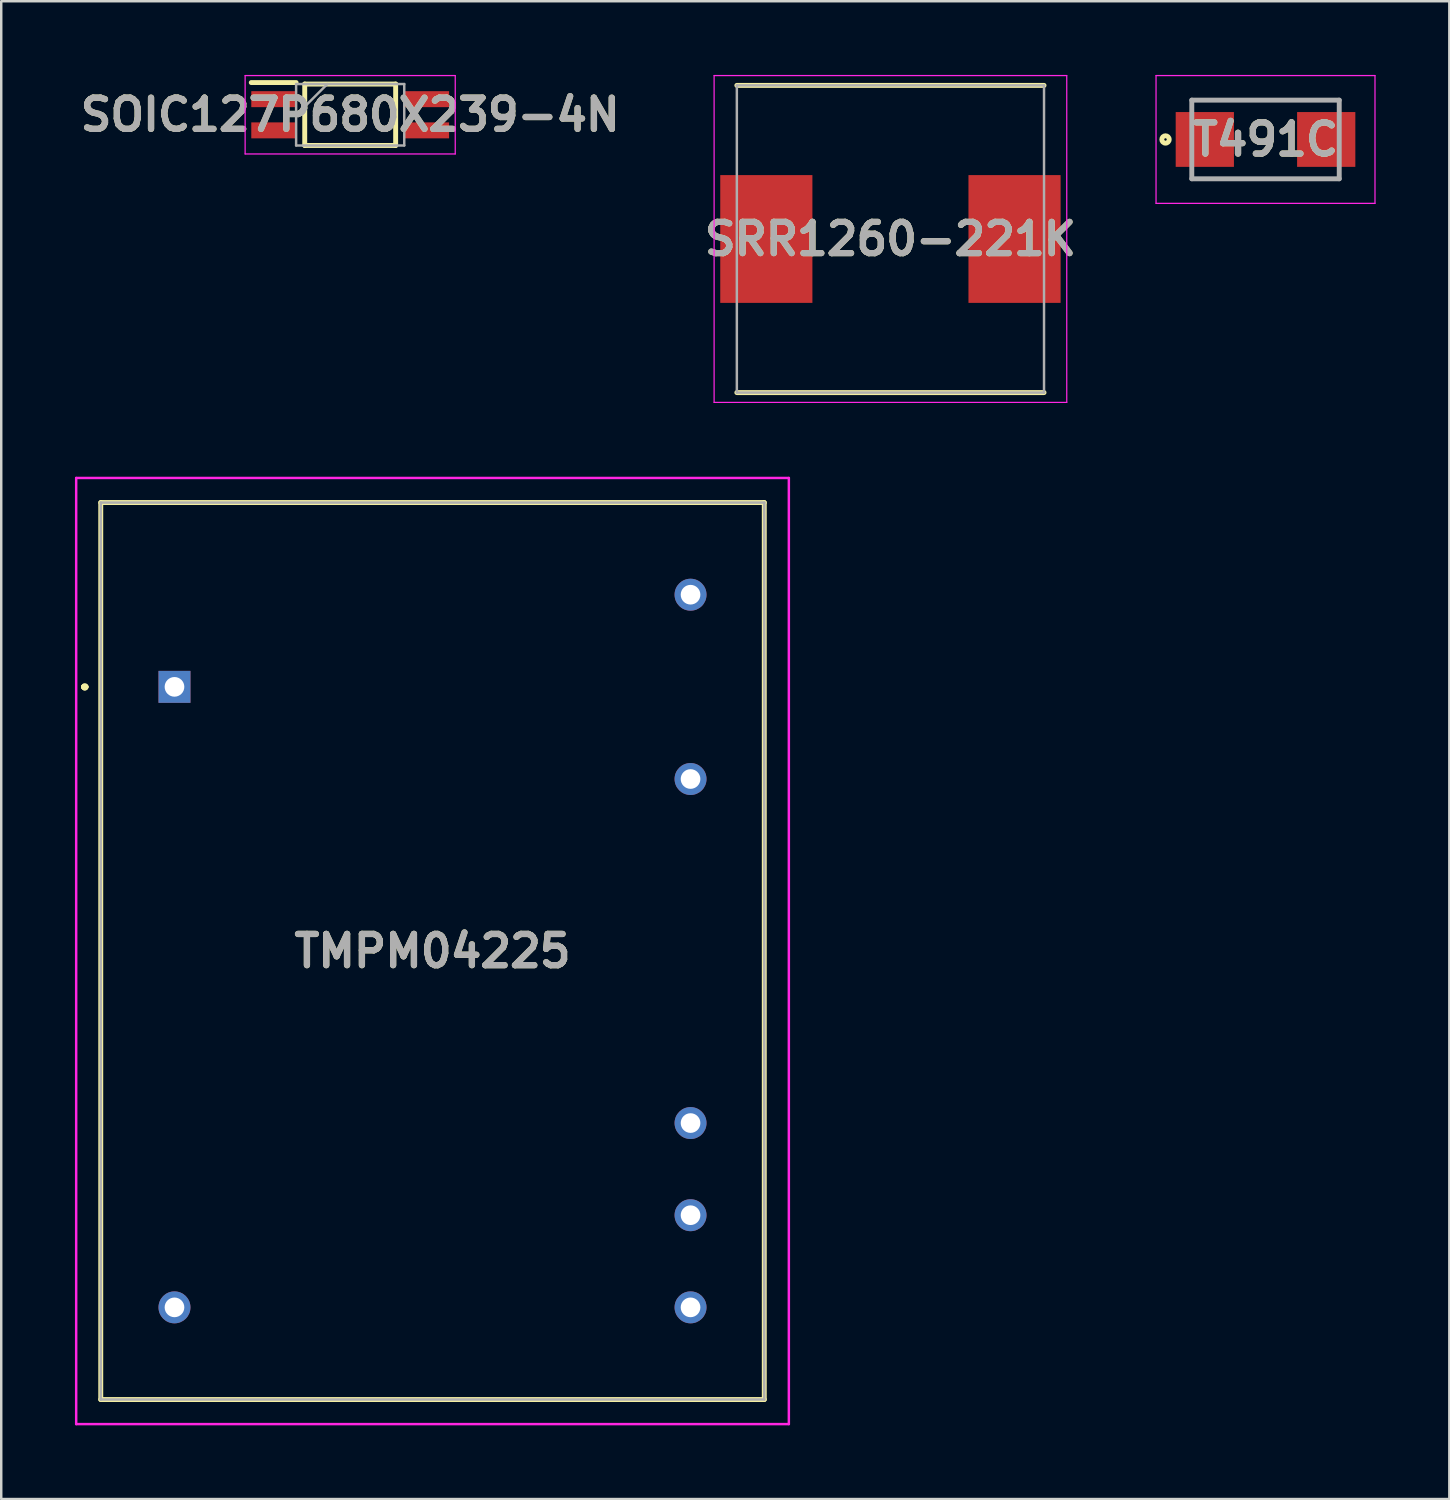
<source format=kicad_pcb>
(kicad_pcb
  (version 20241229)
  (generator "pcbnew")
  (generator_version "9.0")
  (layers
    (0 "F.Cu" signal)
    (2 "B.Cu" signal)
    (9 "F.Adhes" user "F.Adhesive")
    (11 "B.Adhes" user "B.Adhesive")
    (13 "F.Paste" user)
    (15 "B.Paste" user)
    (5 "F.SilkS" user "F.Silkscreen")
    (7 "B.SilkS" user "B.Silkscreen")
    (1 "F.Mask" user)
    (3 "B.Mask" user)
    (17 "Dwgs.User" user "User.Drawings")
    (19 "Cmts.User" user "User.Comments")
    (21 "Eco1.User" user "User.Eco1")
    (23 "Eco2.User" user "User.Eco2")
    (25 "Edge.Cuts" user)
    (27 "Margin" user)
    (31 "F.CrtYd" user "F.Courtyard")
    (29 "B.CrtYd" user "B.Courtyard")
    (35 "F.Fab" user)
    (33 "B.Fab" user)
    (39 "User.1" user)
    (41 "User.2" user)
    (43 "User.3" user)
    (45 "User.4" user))
  (footprint "T491C"
    (layer "F.Cu")
    (at 48.447 2.625)
    (property "Reference" "T491C" (at 0 0 0) (layer "F.SilkS") (effects (font (size 1.27 1.27) (thickness 0.254))))
    (attr smd)
    (fp_line (start -3 -1.6) (end 3 -1.6) (stroke (width 0.1) (type solid)) (layer "F.SilkS"))
    (fp_line (start 3 1.6) (end -3 1.6) (stroke (width 0.1) (type solid)) (layer "F.SilkS"))
    (fp_circle (center -4.07 0) (end -4.07 0.05) (stroke (width 0.2) (type solid)) (fill no) (layer "F.SilkS"))
    (fp_line (start -4.455 -2.6) (end 4.455 -2.6) (stroke (width 0.05) (type solid)) (layer "F.CrtYd"))
    (fp_line (start -4.455 2.6) (end -4.455 -2.6) (stroke (width 0.05) (type solid)) (layer "F.CrtYd"))
    (fp_line (start 4.455 -2.6) (end 4.455 2.6) (stroke (width 0.05) (type solid)) (layer "F.CrtYd"))
    (fp_line (start 4.455 2.6) (end -4.455 2.6) (stroke (width 0.05) (type solid)) (layer "F.CrtYd"))
    (fp_line (start -3 -1.6) (end 3 -1.6) (stroke (width 0.2) (type solid)) (layer "F.Fab"))
    (fp_line (start -3 1.6) (end -3 -1.6) (stroke (width 0.2) (type solid)) (layer "F.Fab"))
    (fp_line (start 3 -1.6) (end 3 1.6) (stroke (width 0.2) (type solid)) (layer "F.Fab"))
    (fp_line (start 3 1.6) (end -3 1.6) (stroke (width 0.2) (type solid)) (layer "F.Fab"))
    (fp_text user "${REFERENCE}" (at 0 0 0) (layer "F.Fab") (effects (font (size 1.27 1.27) (thickness 0.254))))
    (pad "1" smd rect (at -2.47 0 90) (size 2.23 2.37) (layers "F.Cu" "F.Mask" "F.Paste"))
    (pad "2" smd rect (at 2.47 0 90) (size 2.23 2.37) (layers "F.Cu" "F.Mask" "F.Paste")))
  (footprint "SOIC127P680X239-4N"
    (layer "F.Cu")
    (at 11.2 1.62)
    (property "Reference" "SOIC127P680X239-4N" (at 0 0 0) (layer "F.SilkS") (effects (font (size 1.27 1.27) (thickness 0.254))))
    (attr smd)
    (fp_line (start -4.025 -1.31) (end -2.2 -1.31) (stroke (width 0.2) (type solid)) (layer "F.SilkS"))
    (fp_line (start -1.85 -1.25) (end 1.85 -1.25) (stroke (width 0.2) (type solid)) (layer "F.SilkS"))
    (fp_line (start -1.85 1.25) (end -1.85 -1.25) (stroke (width 0.2) (type solid)) (layer "F.SilkS"))
    (fp_line (start 1.85 -1.25) (end 1.85 1.25) (stroke (width 0.2) (type solid)) (layer "F.SilkS"))
    (fp_line (start 1.85 1.25) (end -1.85 1.25) (stroke (width 0.2) (type solid)) (layer "F.SilkS"))
    (fp_line (start -4.275 -1.595) (end 4.275 -1.595) (stroke (width 0.05) (type solid)) (layer "F.CrtYd"))
    (fp_line (start -4.275 1.595) (end -4.275 -1.595) (stroke (width 0.05) (type solid)) (layer "F.CrtYd"))
    (fp_line (start 4.275 -1.595) (end 4.275 1.595) (stroke (width 0.05) (type solid)) (layer "F.CrtYd"))
    (fp_line (start 4.275 1.595) (end -4.275 1.595) (stroke (width 0.05) (type solid)) (layer "F.CrtYd"))
    (fp_line (start -2.2 -1.25) (end 2.2 -1.25) (stroke (width 0.1) (type solid)) (layer "F.Fab"))
    (fp_line (start -2.2 0.02) (end -0.93 -1.25) (stroke (width 0.1) (type solid)) (layer "F.Fab"))
    (fp_line (start -2.2 1.25) (end -2.2 -1.25) (stroke (width 0.1) (type solid)) (layer "F.Fab"))
    (fp_line (start 2.2 -1.25) (end 2.2 1.25) (stroke (width 0.1) (type solid)) (layer "F.Fab"))
    (fp_line (start 2.2 1.25) (end -2.2 1.25) (stroke (width 0.1) (type solid)) (layer "F.Fab"))
    (fp_text user "${REFERENCE}" (at 0 0 0) (layer "F.Fab") (effects (font (size 1.27 1.27) (thickness 0.254))))
    (pad "1" smd rect (at -3.112 -0.635 90) (size 0.65 1.825) (layers "F.Cu" "F.Mask" "F.Paste"))
    (pad "2" smd rect (at -3.112 0.635 90) (size 0.65 1.825) (layers "F.Cu" "F.Mask" "F.Paste"))
    (pad "3" smd rect (at 3.112 0.635 90) (size 0.65 1.825) (layers "F.Cu" "F.Mask" "F.Paste"))
    (pad "4" smd rect (at 3.112 -0.635 90) (size 0.65 1.825) (layers "F.Cu" "F.Mask" "F.Paste")))
  (footprint "TMPM04225"
    (layer "F.Cu")
    (at 4.05 24.9)
    (property "Reference" "TMPM04225" (at 10.5 10.75 0) (layer "F.SilkS") (effects (font (size 1.27 1.27) (thickness 0.254))))
    (attr through_hole)
    (fp_line (start -3.7 0) (end -3.7 0) (stroke (width 0.2) (type solid)) (layer "F.SilkS"))
    (fp_line (start -3.7 0) (end -3.7 0) (stroke (width 0.2) (type solid)) (layer "F.SilkS"))
    (fp_line (start -3.6 0) (end -3.6 0) (stroke (width 0.2) (type solid)) (layer "F.SilkS"))
    (fp_line (start -3 -7.5) (end -3 29) (stroke (width 0.2) (type solid)) (layer "F.SilkS"))
    (fp_line (start -3 29) (end 24 29) (stroke (width 0.2) (type solid)) (layer "F.SilkS"))
    (fp_line (start 24 -7.5) (end -3 -7.5) (stroke (width 0.2) (type solid)) (layer "F.SilkS"))
    (fp_line (start 24 29) (end 24 -7.5) (stroke (width 0.2) (type solid)) (layer "F.SilkS"))
    (fp_arc (start -3.7 0) (mid -3.65 -0.05) (end -3.6 0) (stroke (width 0.2) (type solid)) (layer "F.SilkS"))
    (fp_arc (start -3.6 0) (mid -3.65 0.05) (end -3.7 0) (stroke (width 0.2) (type solid)) (layer "F.SilkS"))
    (fp_arc (start -3.6 0) (mid -3.65 0.05) (end -3.7 0) (stroke (width 0.2) (type solid)) (layer "F.SilkS"))
    (fp_line (start -4 -8.5) (end -4 30) (stroke (width 0.1) (type solid)) (layer "F.CrtYd"))
    (fp_line (start -4 30) (end 25 30) (stroke (width 0.1) (type solid)) (layer "F.CrtYd"))
    (fp_line (start 25 -8.5) (end -4 -8.5) (stroke (width 0.1) (type solid)) (layer "F.CrtYd"))
    (fp_line (start 25 30) (end 25 -8.5) (stroke (width 0.1) (type solid)) (layer "F.CrtYd"))
    (fp_line (start -3 -7.5) (end 24 -7.5) (stroke (width 0.1) (type solid)) (layer "F.Fab"))
    (fp_line (start -3 29) (end -3 -7.5) (stroke (width 0.1) (type solid)) (layer "F.Fab"))
    (fp_line (start 24 -7.5) (end 24 29) (stroke (width 0.1) (type solid)) (layer "F.Fab"))
    (fp_line (start 24 29) (end -3 29) (stroke (width 0.1) (type solid)) (layer "F.Fab"))
    (fp_text user "${REFERENCE}" (at 10.5 10.75 0) (layer "F.Fab") (effects (font (size 1.27 1.27) (thickness 0.254))))
    (pad "1" thru_hole rect (at 0 0) (size 1.3 1.3) (drill 0.8) (layers "*.Cu" "*.Mask"))
    (pad "2" thru_hole circle (at 0 25.25) (size 1.3 1.3) (drill 0.8) (layers "*.Cu" "*.Mask"))
    (pad "3" thru_hole circle (at 21 25.25) (size 1.3 1.3) (drill 0.8) (layers "*.Cu" "*.Mask"))
    (pad "4" thru_hole circle (at 21 21.5) (size 1.3 1.3) (drill 0.8) (layers "*.Cu" "*.Mask"))
    (pad "5" thru_hole circle (at 21 17.75) (size 1.3 1.3) (drill 0.8) (layers "*.Cu" "*.Mask"))
    (pad "6" thru_hole circle (at 21 3.75) (size 1.3 1.3) (drill 0.8) (layers "*.Cu" "*.Mask"))
    (pad "7" thru_hole circle (at 21 -3.75) (size 1.3 1.3) (drill 0.8) (layers "*.Cu" "*.Mask")))
  (footprint "SRR1260-221K"
    (layer "F.Cu")
    (at 33.184 6.675)
    (property "Reference" "SRR1260-221K" (at 0 0 0) (layer "F.SilkS") (effects (font (size 1.27 1.27) (thickness 0.254))))
    (attr smd)
    (fp_line (start -6.25 6.25) (end 6.25 6.25) (stroke (width 0.2) (type solid)) (layer "F.SilkS"))
    (fp_line (start 6.25 -6.25) (end -6.25 -6.25) (stroke (width 0.2) (type solid)) (layer "F.SilkS"))
    (fp_line (start -7.175 -6.65) (end 7.175 -6.65) (stroke (width 0.05) (type solid)) (layer "F.CrtYd"))
    (fp_line (start -7.175 6.65) (end -7.175 -6.65) (stroke (width 0.05) (type solid)) (layer "F.CrtYd"))
    (fp_line (start 7.175 -6.65) (end 7.175 6.65) (stroke (width 0.05) (type solid)) (layer "F.CrtYd"))
    (fp_line (start 7.175 6.65) (end -7.175 6.65) (stroke (width 0.05) (type solid)) (layer "F.CrtYd"))
    (fp_line (start -6.25 -6.25) (end 6.25 -6.25) (stroke (width 0.1) (type solid)) (layer "F.Fab"))
    (fp_line (start -6.25 6.25) (end -6.25 -6.25) (stroke (width 0.1) (type solid)) (layer "F.Fab"))
    (fp_line (start 6.25 -6.25) (end 6.25 6.25) (stroke (width 0.1) (type solid)) (layer "F.Fab"))
    (fp_line (start 6.25 6.25) (end -6.25 6.25) (stroke (width 0.1) (type solid)) (layer "F.Fab"))
    (fp_text user "${REFERENCE}" (at 0 0 0) (layer "F.Fab") (effects (font (size 1.27 1.27) (thickness 0.254))))
    (pad "1" smd rect (at -5.05 0) (size 3.75 5.2) (layers "F.Cu" "F.Mask" "F.Paste"))
    (pad "2" smd rect (at 5.05 0) (size 3.75 5.2) (layers "F.Cu" "F.Mask" "F.Paste")))
  (gr_rect
    (start -3 -3)
    (end 55.927 57.95)
    (stroke (width 0.1) (type default))
    (fill no)
    (layer "Edge.Cuts")))
</source>
